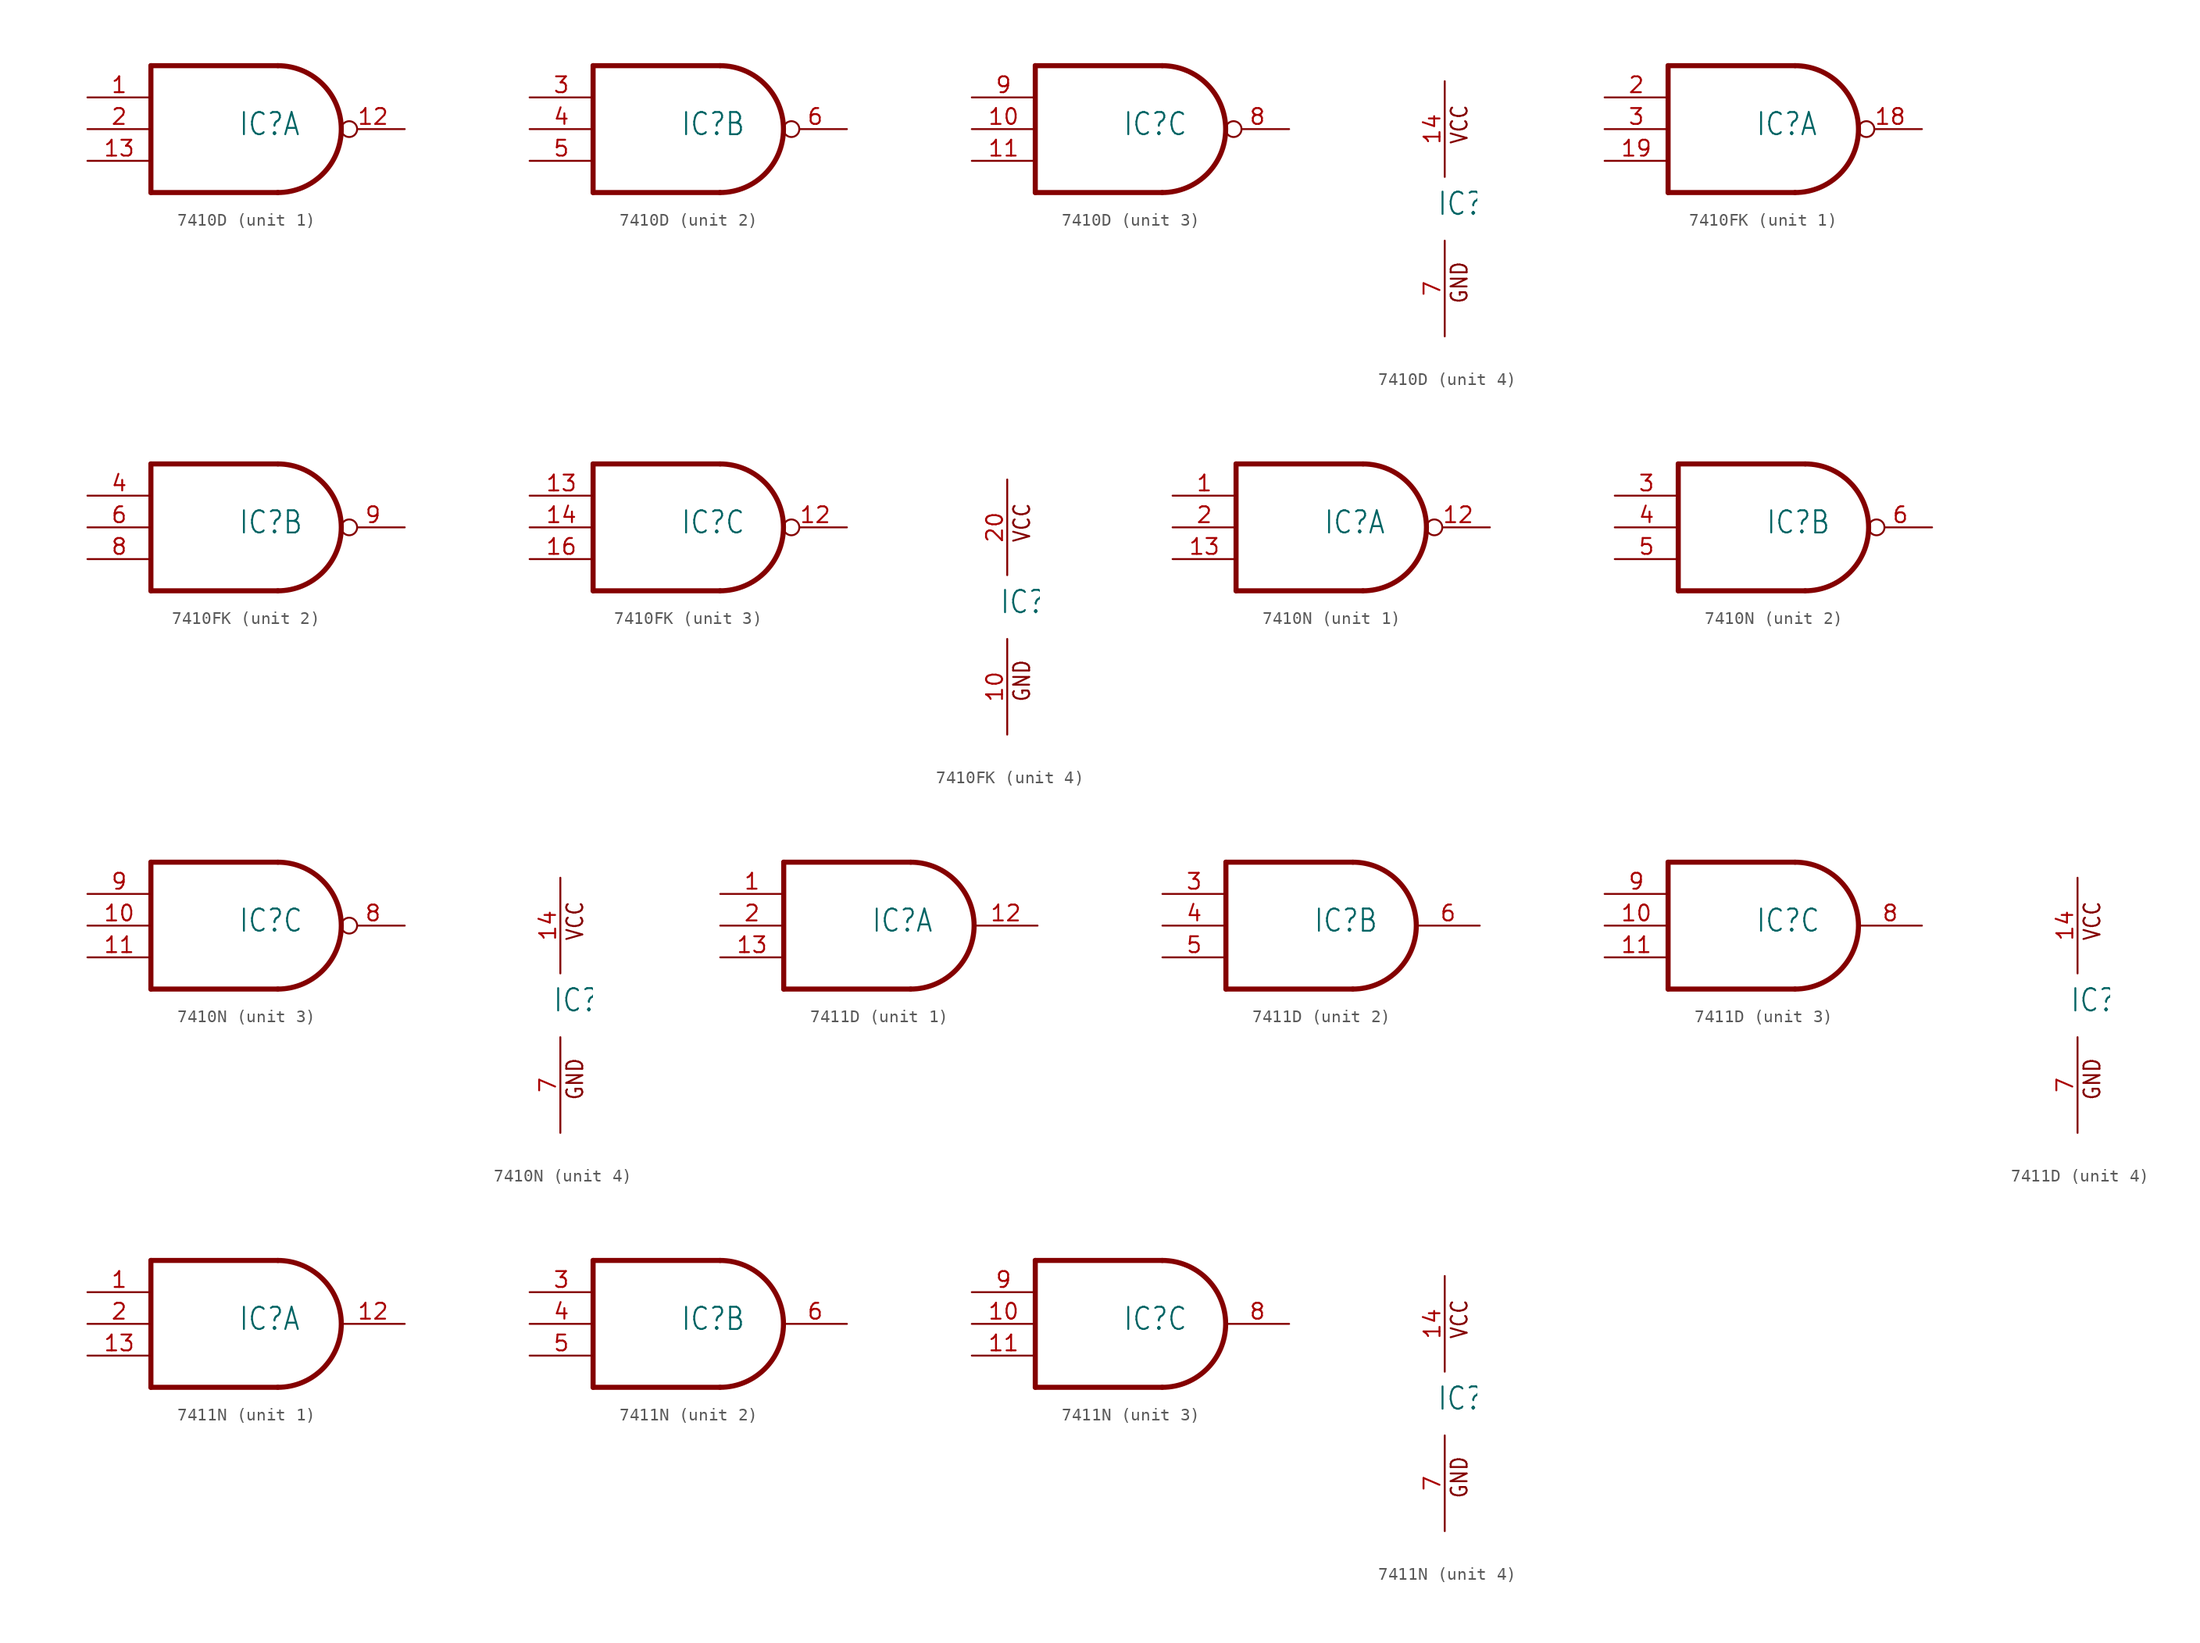
<source format=kicad_sym>
(kicad_symbol_lib
  (version 20211014)
  (generator kicad_symbol_editor)
  (symbol "7410D"
    (property "Reference" "IC"
      (at -0.635 -0.635 0)
      (effects (font (size 1.778 1.511)) (justify left bottom)))
    (property "ki_locked" ""
      (at 0 0 0)
      (effects (font (size 1.27 1.27))))
    (symbol "7410D_1_0"
      (polyline (pts (xy -7.62 -5.08) (xy 2.54 -5.08)) (stroke (width 0.406) (type default) (color 0 0 0 0)) (fill (type none)))
      (polyline (pts (xy -7.62 5.08) (xy -7.62 -5.08)) (stroke (width 0.406) (type default) (color 0 0 0 0)) (fill (type none)))
      (polyline (pts (xy 2.54 5.08) (xy -7.62 5.08)) (stroke (width 0.406) (type default) (color 0 0 0 0)) (fill (type none)))
      (arc (start 2.54 -5.08) (mid 7.6199 0) (end 2.54 5.08) (stroke (width 0.4064) (type default) (color 0 0 0 0)) (fill (type none)))
      (pin input line (at -12.7 2.54 0) (length 5.08) (name "I0" (effects (font (size 0 0)))) (number "1" (effects (font (size 1.27 1.27)))))
      (pin output inverted (at 12.7 0 180) (length 5.08) (name "O" (effects (font (size 0 0)))) (number "12" (effects (font (size 1.27 1.27)))))
      (pin input line (at -12.7 -2.54 0) (length 5.08) (name "I2" (effects (font (size 0 0)))) (number "13" (effects (font (size 1.27 1.27)))))
      (pin input line (at -12.7 0 0) (length 5.08) (name "I1" (effects (font (size 0 0)))) (number "2" (effects (font (size 1.27 1.27))))))
    (symbol "7410D_2_0"
      (polyline (pts (xy -7.62 -5.08) (xy 2.54 -5.08)) (stroke (width 0.406) (type default) (color 0 0 0 0)) (fill (type none)))
      (polyline (pts (xy -7.62 5.08) (xy -7.62 -5.08)) (stroke (width 0.406) (type default) (color 0 0 0 0)) (fill (type none)))
      (polyline (pts (xy 2.54 5.08) (xy -7.62 5.08)) (stroke (width 0.406) (type default) (color 0 0 0 0)) (fill (type none)))
      (arc (start 2.54 -5.08) (mid 7.6199 0) (end 2.54 5.08) (stroke (width 0.4064) (type default) (color 0 0 0 0)) (fill (type none)))
      (pin input line (at -12.7 2.54 0) (length 5.08) (name "I0" (effects (font (size 0 0)))) (number "3" (effects (font (size 1.27 1.27)))))
      (pin input line (at -12.7 0 0) (length 5.08) (name "I1" (effects (font (size 0 0)))) (number "4" (effects (font (size 1.27 1.27)))))
      (pin input line (at -12.7 -2.54 0) (length 5.08) (name "I2" (effects (font (size 0 0)))) (number "5" (effects (font (size 1.27 1.27)))))
      (pin output inverted (at 12.7 0 180) (length 5.08) (name "O" (effects (font (size 0 0)))) (number "6" (effects (font (size 1.27 1.27))))))
    (symbol "7410D_3_0"
      (polyline (pts (xy -7.62 -5.08) (xy 2.54 -5.08)) (stroke (width 0.406) (type default) (color 0 0 0 0)) (fill (type none)))
      (polyline (pts (xy -7.62 5.08) (xy -7.62 -5.08)) (stroke (width 0.406) (type default) (color 0 0 0 0)) (fill (type none)))
      (polyline (pts (xy 2.54 5.08) (xy -7.62 5.08)) (stroke (width 0.406) (type default) (color 0 0 0 0)) (fill (type none)))
      (arc (start 2.54 -5.08) (mid 7.6199 0) (end 2.54 5.08) (stroke (width 0.4064) (type default) (color 0 0 0 0)) (fill (type none)))
      (pin input line (at -12.7 0 0) (length 5.08) (name "I1" (effects (font (size 0 0)))) (number "10" (effects (font (size 1.27 1.27)))))
      (pin input line (at -12.7 -2.54 0) (length 5.08) (name "I2" (effects (font (size 0 0)))) (number "11" (effects (font (size 1.27 1.27)))))
      (pin output inverted (at 12.7 0 180) (length 5.08) (name "O" (effects (font (size 0 0)))) (number "8" (effects (font (size 1.27 1.27)))))
      (pin input line (at -12.7 2.54 0) (length 5.08) (name "I0" (effects (font (size 0 0)))) (number "9" (effects (font (size 1.27 1.27))))))
    (symbol "7410D_4_0"
      (text "GND" (at 1.905 -7.62 900) (effects (font (size 1.27 1.079)) (justify left bottom)))
      (text "VCC" (at 1.905 5.08 900) (effects (font (size 1.27 1.079)) (justify left bottom)))
      (pin power_in line (at 0 10.16 270) (length 7.62) (name "VCC" (effects (font (size 0 0)))) (number "14" (effects (font (size 1.27 1.27)))))
      (pin power_in line (at 0 -10.16 90) (length 7.62) (name "GND" (effects (font (size 0 0)))) (number "7" (effects (font (size 1.27 1.27)))))))
  (symbol "7410FK"
    (property "Reference" "IC"
      (at -0.635 -0.635 0)
      (effects (font (size 1.778 1.511)) (justify left bottom)))
    (property "ki_locked" ""
      (at 0 0 0)
      (effects (font (size 1.27 1.27))))
    (symbol "7410FK_1_0"
      (polyline (pts (xy -7.62 -5.08) (xy 2.54 -5.08)) (stroke (width 0.406) (type default) (color 0 0 0 0)) (fill (type none)))
      (polyline (pts (xy -7.62 5.08) (xy -7.62 -5.08)) (stroke (width 0.406) (type default) (color 0 0 0 0)) (fill (type none)))
      (polyline (pts (xy 2.54 5.08) (xy -7.62 5.08)) (stroke (width 0.406) (type default) (color 0 0 0 0)) (fill (type none)))
      (arc (start 2.54 -5.08) (mid 7.6199 0) (end 2.54 5.08) (stroke (width 0.4064) (type default) (color 0 0 0 0)) (fill (type none)))
      (pin output inverted (at 12.7 0 180) (length 5.08) (name "O" (effects (font (size 0 0)))) (number "18" (effects (font (size 1.27 1.27)))))
      (pin input line (at -12.7 -2.54 0) (length 5.08) (name "I2" (effects (font (size 0 0)))) (number "19" (effects (font (size 1.27 1.27)))))
      (pin input line (at -12.7 2.54 0) (length 5.08) (name "I0" (effects (font (size 0 0)))) (number "2" (effects (font (size 1.27 1.27)))))
      (pin input line (at -12.7 0 0) (length 5.08) (name "I1" (effects (font (size 0 0)))) (number "3" (effects (font (size 1.27 1.27))))))
    (symbol "7410FK_2_0"
      (polyline (pts (xy -7.62 -5.08) (xy 2.54 -5.08)) (stroke (width 0.406) (type default) (color 0 0 0 0)) (fill (type none)))
      (polyline (pts (xy -7.62 5.08) (xy -7.62 -5.08)) (stroke (width 0.406) (type default) (color 0 0 0 0)) (fill (type none)))
      (polyline (pts (xy 2.54 5.08) (xy -7.62 5.08)) (stroke (width 0.406) (type default) (color 0 0 0 0)) (fill (type none)))
      (arc (start 2.54 -5.08) (mid 7.6199 0) (end 2.54 5.08) (stroke (width 0.4064) (type default) (color 0 0 0 0)) (fill (type none)))
      (pin input line (at -12.7 2.54 0) (length 5.08) (name "I0" (effects (font (size 0 0)))) (number "4" (effects (font (size 1.27 1.27)))))
      (pin input line (at -12.7 0 0) (length 5.08) (name "I1" (effects (font (size 0 0)))) (number "6" (effects (font (size 1.27 1.27)))))
      (pin input line (at -12.7 -2.54 0) (length 5.08) (name "I2" (effects (font (size 0 0)))) (number "8" (effects (font (size 1.27 1.27)))))
      (pin output inverted (at 12.7 0 180) (length 5.08) (name "O" (effects (font (size 0 0)))) (number "9" (effects (font (size 1.27 1.27))))))
    (symbol "7410FK_3_0"
      (polyline (pts (xy -7.62 -5.08) (xy 2.54 -5.08)) (stroke (width 0.406) (type default) (color 0 0 0 0)) (fill (type none)))
      (polyline (pts (xy -7.62 5.08) (xy -7.62 -5.08)) (stroke (width 0.406) (type default) (color 0 0 0 0)) (fill (type none)))
      (polyline (pts (xy 2.54 5.08) (xy -7.62 5.08)) (stroke (width 0.406) (type default) (color 0 0 0 0)) (fill (type none)))
      (arc (start 2.54 -5.08) (mid 7.6199 0) (end 2.54 5.08) (stroke (width 0.4064) (type default) (color 0 0 0 0)) (fill (type none)))
      (pin output inverted (at 12.7 0 180) (length 5.08) (name "O" (effects (font (size 0 0)))) (number "12" (effects (font (size 1.27 1.27)))))
      (pin input line (at -12.7 2.54 0) (length 5.08) (name "I0" (effects (font (size 0 0)))) (number "13" (effects (font (size 1.27 1.27)))))
      (pin input line (at -12.7 0 0) (length 5.08) (name "I1" (effects (font (size 0 0)))) (number "14" (effects (font (size 1.27 1.27)))))
      (pin input line (at -12.7 -2.54 0) (length 5.08) (name "I2" (effects (font (size 0 0)))) (number "16" (effects (font (size 1.27 1.27))))))
    (symbol "7410FK_4_0"
      (text "GND" (at 1.905 -7.62 900) (effects (font (size 1.27 1.079)) (justify left bottom)))
      (text "VCC" (at 1.905 5.08 900) (effects (font (size 1.27 1.079)) (justify left bottom)))
      (pin power_in line (at 0 -10.16 90) (length 7.62) (name "GND" (effects (font (size 0 0)))) (number "10" (effects (font (size 1.27 1.27)))))
      (pin power_in line (at 0 10.16 270) (length 7.62) (name "VCC" (effects (font (size 0 0)))) (number "20" (effects (font (size 1.27 1.27)))))))
  (symbol "7410N"
    (property "Reference" "IC"
      (at -0.635 -0.635 0)
      (effects (font (size 1.778 1.511)) (justify left bottom)))
    (property "ki_locked" ""
      (at 0 0 0)
      (effects (font (size 1.27 1.27))))
    (symbol "7410N_1_0"
      (polyline (pts (xy -7.62 -5.08) (xy 2.54 -5.08)) (stroke (width 0.406) (type default) (color 0 0 0 0)) (fill (type none)))
      (polyline (pts (xy -7.62 5.08) (xy -7.62 -5.08)) (stroke (width 0.406) (type default) (color 0 0 0 0)) (fill (type none)))
      (polyline (pts (xy 2.54 5.08) (xy -7.62 5.08)) (stroke (width 0.406) (type default) (color 0 0 0 0)) (fill (type none)))
      (arc (start 2.54 -5.08) (mid 7.6199 0) (end 2.54 5.08) (stroke (width 0.4064) (type default) (color 0 0 0 0)) (fill (type none)))
      (pin input line (at -12.7 2.54 0) (length 5.08) (name "I0" (effects (font (size 0 0)))) (number "1" (effects (font (size 1.27 1.27)))))
      (pin output inverted (at 12.7 0 180) (length 5.08) (name "O" (effects (font (size 0 0)))) (number "12" (effects (font (size 1.27 1.27)))))
      (pin input line (at -12.7 -2.54 0) (length 5.08) (name "I2" (effects (font (size 0 0)))) (number "13" (effects (font (size 1.27 1.27)))))
      (pin input line (at -12.7 0 0) (length 5.08) (name "I1" (effects (font (size 0 0)))) (number "2" (effects (font (size 1.27 1.27))))))
    (symbol "7410N_2_0"
      (polyline (pts (xy -7.62 -5.08) (xy 2.54 -5.08)) (stroke (width 0.406) (type default) (color 0 0 0 0)) (fill (type none)))
      (polyline (pts (xy -7.62 5.08) (xy -7.62 -5.08)) (stroke (width 0.406) (type default) (color 0 0 0 0)) (fill (type none)))
      (polyline (pts (xy 2.54 5.08) (xy -7.62 5.08)) (stroke (width 0.406) (type default) (color 0 0 0 0)) (fill (type none)))
      (arc (start 2.54 -5.08) (mid 7.6199 0) (end 2.54 5.08) (stroke (width 0.4064) (type default) (color 0 0 0 0)) (fill (type none)))
      (pin input line (at -12.7 2.54 0) (length 5.08) (name "I0" (effects (font (size 0 0)))) (number "3" (effects (font (size 1.27 1.27)))))
      (pin input line (at -12.7 0 0) (length 5.08) (name "I1" (effects (font (size 0 0)))) (number "4" (effects (font (size 1.27 1.27)))))
      (pin input line (at -12.7 -2.54 0) (length 5.08) (name "I2" (effects (font (size 0 0)))) (number "5" (effects (font (size 1.27 1.27)))))
      (pin output inverted (at 12.7 0 180) (length 5.08) (name "O" (effects (font (size 0 0)))) (number "6" (effects (font (size 1.27 1.27))))))
    (symbol "7410N_3_0"
      (polyline (pts (xy -7.62 -5.08) (xy 2.54 -5.08)) (stroke (width 0.406) (type default) (color 0 0 0 0)) (fill (type none)))
      (polyline (pts (xy -7.62 5.08) (xy -7.62 -5.08)) (stroke (width 0.406) (type default) (color 0 0 0 0)) (fill (type none)))
      (polyline (pts (xy 2.54 5.08) (xy -7.62 5.08)) (stroke (width 0.406) (type default) (color 0 0 0 0)) (fill (type none)))
      (arc (start 2.54 -5.08) (mid 7.6199 0) (end 2.54 5.08) (stroke (width 0.4064) (type default) (color 0 0 0 0)) (fill (type none)))
      (pin input line (at -12.7 0 0) (length 5.08) (name "I1" (effects (font (size 0 0)))) (number "10" (effects (font (size 1.27 1.27)))))
      (pin input line (at -12.7 -2.54 0) (length 5.08) (name "I2" (effects (font (size 0 0)))) (number "11" (effects (font (size 1.27 1.27)))))
      (pin output inverted (at 12.7 0 180) (length 5.08) (name "O" (effects (font (size 0 0)))) (number "8" (effects (font (size 1.27 1.27)))))
      (pin input line (at -12.7 2.54 0) (length 5.08) (name "I0" (effects (font (size 0 0)))) (number "9" (effects (font (size 1.27 1.27))))))
    (symbol "7410N_4_0"
      (text "GND" (at 1.905 -7.62 900) (effects (font (size 1.27 1.079)) (justify left bottom)))
      (text "VCC" (at 1.905 5.08 900) (effects (font (size 1.27 1.079)) (justify left bottom)))
      (pin power_in line (at 0 10.16 270) (length 7.62) (name "VCC" (effects (font (size 0 0)))) (number "14" (effects (font (size 1.27 1.27)))))
      (pin power_in line (at 0 -10.16 90) (length 7.62) (name "GND" (effects (font (size 0 0)))) (number "7" (effects (font (size 1.27 1.27)))))))
  (symbol "7411D"
    (property "Reference" "IC"
      (at -0.635 -0.635 0)
      (effects (font (size 1.778 1.511)) (justify left bottom)))
    (property "ki_locked" ""
      (at 0 0 0)
      (effects (font (size 1.27 1.27))))
    (symbol "7411D_1_0"
      (polyline (pts (xy -7.62 -5.08) (xy 2.54 -5.08)) (stroke (width 0.406) (type default) (color 0 0 0 0)) (fill (type none)))
      (polyline (pts (xy -7.62 5.08) (xy -7.62 -5.08)) (stroke (width 0.406) (type default) (color 0 0 0 0)) (fill (type none)))
      (polyline (pts (xy 2.54 5.08) (xy -7.62 5.08)) (stroke (width 0.406) (type default) (color 0 0 0 0)) (fill (type none)))
      (arc (start 2.54 -5.08) (mid 7.6199 0) (end 2.54 5.08) (stroke (width 0.4064) (type default) (color 0 0 0 0)) (fill (type none)))
      (pin input line (at -12.7 2.54 0) (length 5.08) (name "I0" (effects (font (size 0 0)))) (number "1" (effects (font (size 1.27 1.27)))))
      (pin output line (at 12.7 0 180) (length 5.08) (name "O" (effects (font (size 0 0)))) (number "12" (effects (font (size 1.27 1.27)))))
      (pin input line (at -12.7 -2.54 0) (length 5.08) (name "I2" (effects (font (size 0 0)))) (number "13" (effects (font (size 1.27 1.27)))))
      (pin input line (at -12.7 0 0) (length 5.08) (name "I1" (effects (font (size 0 0)))) (number "2" (effects (font (size 1.27 1.27))))))
    (symbol "7411D_2_0"
      (polyline (pts (xy -7.62 -5.08) (xy 2.54 -5.08)) (stroke (width 0.406) (type default) (color 0 0 0 0)) (fill (type none)))
      (polyline (pts (xy -7.62 5.08) (xy -7.62 -5.08)) (stroke (width 0.406) (type default) (color 0 0 0 0)) (fill (type none)))
      (polyline (pts (xy 2.54 5.08) (xy -7.62 5.08)) (stroke (width 0.406) (type default) (color 0 0 0 0)) (fill (type none)))
      (arc (start 2.54 -5.08) (mid 7.6199 0) (end 2.54 5.08) (stroke (width 0.4064) (type default) (color 0 0 0 0)) (fill (type none)))
      (pin input line (at -12.7 2.54 0) (length 5.08) (name "I0" (effects (font (size 0 0)))) (number "3" (effects (font (size 1.27 1.27)))))
      (pin input line (at -12.7 0 0) (length 5.08) (name "I1" (effects (font (size 0 0)))) (number "4" (effects (font (size 1.27 1.27)))))
      (pin input line (at -12.7 -2.54 0) (length 5.08) (name "I2" (effects (font (size 0 0)))) (number "5" (effects (font (size 1.27 1.27)))))
      (pin output line (at 12.7 0 180) (length 5.08) (name "O" (effects (font (size 0 0)))) (number "6" (effects (font (size 1.27 1.27))))))
    (symbol "7411D_3_0"
      (polyline (pts (xy -7.62 -5.08) (xy 2.54 -5.08)) (stroke (width 0.406) (type default) (color 0 0 0 0)) (fill (type none)))
      (polyline (pts (xy -7.62 5.08) (xy -7.62 -5.08)) (stroke (width 0.406) (type default) (color 0 0 0 0)) (fill (type none)))
      (polyline (pts (xy 2.54 5.08) (xy -7.62 5.08)) (stroke (width 0.406) (type default) (color 0 0 0 0)) (fill (type none)))
      (arc (start 2.54 -5.08) (mid 7.6199 0) (end 2.54 5.08) (stroke (width 0.4064) (type default) (color 0 0 0 0)) (fill (type none)))
      (pin input line (at -12.7 0 0) (length 5.08) (name "I1" (effects (font (size 0 0)))) (number "10" (effects (font (size 1.27 1.27)))))
      (pin input line (at -12.7 -2.54 0) (length 5.08) (name "I2" (effects (font (size 0 0)))) (number "11" (effects (font (size 1.27 1.27)))))
      (pin output line (at 12.7 0 180) (length 5.08) (name "O" (effects (font (size 0 0)))) (number "8" (effects (font (size 1.27 1.27)))))
      (pin input line (at -12.7 2.54 0) (length 5.08) (name "I0" (effects (font (size 0 0)))) (number "9" (effects (font (size 1.27 1.27))))))
    (symbol "7411D_4_0"
      (text "GND" (at 1.905 -7.62 900) (effects (font (size 1.27 1.079)) (justify left bottom)))
      (text "VCC" (at 1.905 5.08 900) (effects (font (size 1.27 1.079)) (justify left bottom)))
      (pin power_in line (at 0 10.16 270) (length 7.62) (name "VCC" (effects (font (size 0 0)))) (number "14" (effects (font (size 1.27 1.27)))))
      (pin power_in line (at 0 -10.16 90) (length 7.62) (name "GND" (effects (font (size 0 0)))) (number "7" (effects (font (size 1.27 1.27)))))))
  (symbol "7411N"
    (property "Reference" "IC"
      (at -0.635 -0.635 0)
      (effects (font (size 1.778 1.511)) (justify left bottom)))
    (property "ki_locked" ""
      (at 0 0 0)
      (effects (font (size 1.27 1.27))))
    (symbol "7411N_1_0"
      (polyline (pts (xy -7.62 -5.08) (xy 2.54 -5.08)) (stroke (width 0.406) (type default) (color 0 0 0 0)) (fill (type none)))
      (polyline (pts (xy -7.62 5.08) (xy -7.62 -5.08)) (stroke (width 0.406) (type default) (color 0 0 0 0)) (fill (type none)))
      (polyline (pts (xy 2.54 5.08) (xy -7.62 5.08)) (stroke (width 0.406) (type default) (color 0 0 0 0)) (fill (type none)))
      (arc (start 2.54 -5.08) (mid 7.6199 0) (end 2.54 5.08) (stroke (width 0.4064) (type default) (color 0 0 0 0)) (fill (type none)))
      (pin input line (at -12.7 2.54 0) (length 5.08) (name "I0" (effects (font (size 0 0)))) (number "1" (effects (font (size 1.27 1.27)))))
      (pin output line (at 12.7 0 180) (length 5.08) (name "O" (effects (font (size 0 0)))) (number "12" (effects (font (size 1.27 1.27)))))
      (pin input line (at -12.7 -2.54 0) (length 5.08) (name "I2" (effects (font (size 0 0)))) (number "13" (effects (font (size 1.27 1.27)))))
      (pin input line (at -12.7 0 0) (length 5.08) (name "I1" (effects (font (size 0 0)))) (number "2" (effects (font (size 1.27 1.27))))))
    (symbol "7411N_2_0"
      (polyline (pts (xy -7.62 -5.08) (xy 2.54 -5.08)) (stroke (width 0.406) (type default) (color 0 0 0 0)) (fill (type none)))
      (polyline (pts (xy -7.62 5.08) (xy -7.62 -5.08)) (stroke (width 0.406) (type default) (color 0 0 0 0)) (fill (type none)))
      (polyline (pts (xy 2.54 5.08) (xy -7.62 5.08)) (stroke (width 0.406) (type default) (color 0 0 0 0)) (fill (type none)))
      (arc (start 2.54 -5.08) (mid 7.6199 0) (end 2.54 5.08) (stroke (width 0.4064) (type default) (color 0 0 0 0)) (fill (type none)))
      (pin input line (at -12.7 2.54 0) (length 5.08) (name "I0" (effects (font (size 0 0)))) (number "3" (effects (font (size 1.27 1.27)))))
      (pin input line (at -12.7 0 0) (length 5.08) (name "I1" (effects (font (size 0 0)))) (number "4" (effects (font (size 1.27 1.27)))))
      (pin input line (at -12.7 -2.54 0) (length 5.08) (name "I2" (effects (font (size 0 0)))) (number "5" (effects (font (size 1.27 1.27)))))
      (pin output line (at 12.7 0 180) (length 5.08) (name "O" (effects (font (size 0 0)))) (number "6" (effects (font (size 1.27 1.27))))))
    (symbol "7411N_3_0"
      (polyline (pts (xy -7.62 -5.08) (xy 2.54 -5.08)) (stroke (width 0.406) (type default) (color 0 0 0 0)) (fill (type none)))
      (polyline (pts (xy -7.62 5.08) (xy -7.62 -5.08)) (stroke (width 0.406) (type default) (color 0 0 0 0)) (fill (type none)))
      (polyline (pts (xy 2.54 5.08) (xy -7.62 5.08)) (stroke (width 0.406) (type default) (color 0 0 0 0)) (fill (type none)))
      (arc (start 2.54 -5.08) (mid 7.6199 0) (end 2.54 5.08) (stroke (width 0.4064) (type default) (color 0 0 0 0)) (fill (type none)))
      (pin input line (at -12.7 0 0) (length 5.08) (name "I1" (effects (font (size 0 0)))) (number "10" (effects (font (size 1.27 1.27)))))
      (pin input line (at -12.7 -2.54 0) (length 5.08) (name "I2" (effects (font (size 0 0)))) (number "11" (effects (font (size 1.27 1.27)))))
      (pin output line (at 12.7 0 180) (length 5.08) (name "O" (effects (font (size 0 0)))) (number "8" (effects (font (size 1.27 1.27)))))
      (pin input line (at -12.7 2.54 0) (length 5.08) (name "I0" (effects (font (size 0 0)))) (number "9" (effects (font (size 1.27 1.27))))))
    (symbol "7411N_4_0"
      (text "GND" (at 1.905 -7.62 900) (effects (font (size 1.27 1.079)) (justify left bottom)))
      (text "VCC" (at 1.905 5.08 900) (effects (font (size 1.27 1.079)) (justify left bottom)))
      (pin power_in line (at 0 10.16 270) (length 7.62) (name "VCC" (effects (font (size 0 0)))) (number "14" (effects (font (size 1.27 1.27)))))
      (pin power_in line (at 0 -10.16 90) (length 7.62) (name "GND" (effects (font (size 0 0)))) (number "7" (effects (font (size 1.27 1.27))))))))
</source>
